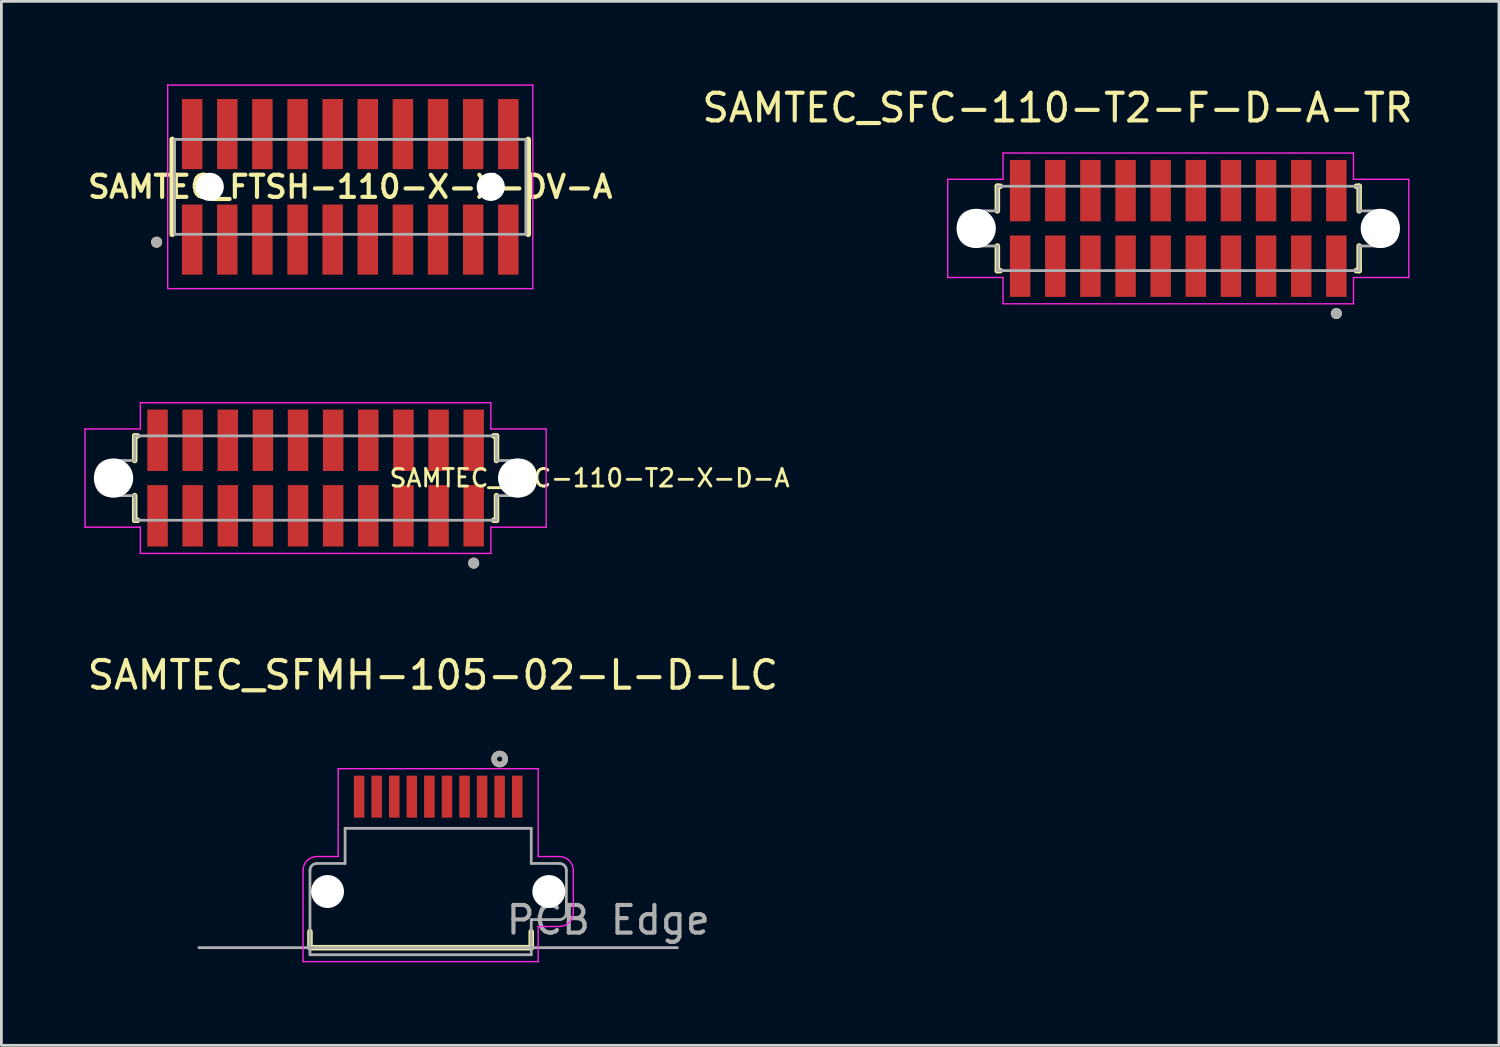
<source format=kicad_pcb>
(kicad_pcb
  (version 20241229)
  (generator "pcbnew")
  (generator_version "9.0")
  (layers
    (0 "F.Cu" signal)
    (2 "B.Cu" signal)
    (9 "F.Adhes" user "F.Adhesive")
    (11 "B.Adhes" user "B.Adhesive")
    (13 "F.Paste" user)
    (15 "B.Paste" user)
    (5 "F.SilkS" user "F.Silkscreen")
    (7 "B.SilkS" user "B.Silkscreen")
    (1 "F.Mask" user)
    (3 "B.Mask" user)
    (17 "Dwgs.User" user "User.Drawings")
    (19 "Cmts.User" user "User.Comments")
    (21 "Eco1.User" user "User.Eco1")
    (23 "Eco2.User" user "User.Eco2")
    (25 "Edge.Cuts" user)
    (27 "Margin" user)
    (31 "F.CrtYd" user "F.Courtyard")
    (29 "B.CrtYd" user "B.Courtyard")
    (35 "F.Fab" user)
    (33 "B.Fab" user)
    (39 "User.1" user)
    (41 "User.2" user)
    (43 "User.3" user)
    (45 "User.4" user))
  (footprint "SAMTEC_SFC-110-T2-F-D-A-TR"
    (layer "F.Cu")
    (at 39.547 5.208)
    (property "Reference" "SAMTEC_SFC-110-T2-F-D-A-TR" (at -4.365 -4.36 0) (layer "F.SilkS") (effects (font (size 1 1) (thickness 0.15))))
    (attr through_hole)
    (fp_line (start -6.54 -1.525) (end -6.54 -0.635) (stroke (width 0.2) (type solid)) (layer "F.SilkS"))
    (fp_line (start -6.54 -1.525) (end -6.435 -1.525) (stroke (width 0.2) (type solid)) (layer "F.SilkS"))
    (fp_line (start -6.54 1.525) (end -6.54 0.635) (stroke (width 0.2) (type solid)) (layer "F.SilkS"))
    (fp_line (start -6.54 1.525) (end -6.435 1.525) (stroke (width 0.2) (type solid)) (layer "F.SilkS"))
    (fp_line (start 6.54 -1.525) (end 6.435 -1.525) (stroke (width 0.2) (type solid)) (layer "F.SilkS"))
    (fp_line (start 6.54 -1.525) (end 6.54 -0.635) (stroke (width 0.2) (type solid)) (layer "F.SilkS"))
    (fp_line (start 6.54 1.525) (end 6.435 1.525) (stroke (width 0.2) (type solid)) (layer "F.SilkS"))
    (fp_line (start 6.54 1.525) (end 6.54 0.635) (stroke (width 0.2) (type solid)) (layer "F.SilkS"))
    (fp_circle (center 5.715 3.075) (end 5.815 3.075) (stroke (width 0.2) (type solid)) (fill no) (layer "F.SilkS"))
    (fp_line (start -8.335 -1.775) (end -6.335 -1.775) (stroke (width 0.05) (type solid)) (layer "F.CrtYd"))
    (fp_line (start -8.335 1.775) (end -8.335 -1.775) (stroke (width 0.05) (type solid)) (layer "F.CrtYd"))
    (fp_line (start -8.335 1.775) (end -6.335 1.775) (stroke (width 0.05) (type solid)) (layer "F.CrtYd"))
    (fp_line (start -6.335 -2.725) (end 6.335 -2.725) (stroke (width 0.05) (type solid)) (layer "F.CrtYd"))
    (fp_line (start -6.335 -1.775) (end -6.335 -2.725) (stroke (width 0.05) (type solid)) (layer "F.CrtYd"))
    (fp_line (start -6.335 1.775) (end -6.335 2.725) (stroke (width 0.05) (type solid)) (layer "F.CrtYd"))
    (fp_line (start -6.335 2.725) (end 6.335 2.725) (stroke (width 0.05) (type solid)) (layer "F.CrtYd"))
    (fp_line (start 6.335 -2.725) (end 6.335 -1.775) (stroke (width 0.05) (type solid)) (layer "F.CrtYd"))
    (fp_line (start 6.335 -1.775) (end 8.335 -1.775) (stroke (width 0.05) (type solid)) (layer "F.CrtYd"))
    (fp_line (start 6.335 1.775) (end 8.335 1.775) (stroke (width 0.05) (type solid)) (layer "F.CrtYd"))
    (fp_line (start 6.335 2.725) (end 6.335 1.775) (stroke (width 0.05) (type solid)) (layer "F.CrtYd"))
    (fp_line (start 8.335 -1.775) (end 8.335 1.775) (stroke (width 0.05) (type solid)) (layer "F.CrtYd"))
    (fp_line (start -7.94 -0.125) (end -7.94 0.125) (stroke (width 0.1) (type solid)) (layer "F.Fab"))
    (fp_line (start -6.54 -1.525) (end -6.54 -0.635) (stroke (width 0.1) (type solid)) (layer "F.Fab"))
    (fp_line (start -6.54 -1.525) (end 6.54 -1.525) (stroke (width 0.1) (type solid)) (layer "F.Fab"))
    (fp_line (start -6.54 -0.635) (end -7.43 -0.635) (stroke (width 0.1) (type solid)) (layer "F.Fab"))
    (fp_line (start -6.54 0.635) (end -7.43 0.635) (stroke (width 0.1) (type solid)) (layer "F.Fab"))
    (fp_line (start -6.54 1.525) (end -6.54 0.635) (stroke (width 0.1) (type solid)) (layer "F.Fab"))
    (fp_line (start 6.54 -1.525) (end 6.54 -0.635) (stroke (width 0.1) (type solid)) (layer "F.Fab"))
    (fp_line (start 6.54 -0.635) (end 7.43 -0.635) (stroke (width 0.1) (type solid)) (layer "F.Fab"))
    (fp_line (start 6.54 0.635) (end 7.43 0.635) (stroke (width 0.1) (type solid)) (layer "F.Fab"))
    (fp_line (start 6.54 1.525) (end -6.54 1.525) (stroke (width 0.1) (type solid)) (layer "F.Fab"))
    (fp_line (start 6.54 1.525) (end 6.54 0.635) (stroke (width 0.1) (type solid)) (layer "F.Fab"))
    (fp_line (start 7.94 -0.125) (end 7.94 0.125) (stroke (width 0.1) (type solid)) (layer "F.Fab"))
    (fp_arc (start -7.94 -0.125) (mid -7.790624 -0.485624) (end -7.43 -0.635) (stroke (width 0.1) (type solid)) (layer "F.Fab"))
    (fp_arc (start -7.43 0.635) (mid -7.790624 0.485624) (end -7.94 0.125) (stroke (width 0.1) (type solid)) (layer "F.Fab"))
    (fp_arc (start 7.43 -0.635) (mid 7.790624 -0.485624) (end 7.94 -0.125) (stroke (width 0.1) (type solid)) (layer "F.Fab"))
    (fp_arc (start 7.94 0.125) (mid 7.790624 0.485624) (end 7.43 0.635) (stroke (width 0.1) (type solid)) (layer "F.Fab"))
    (fp_circle (center 5.715 3.075) (end 5.815 3.075) (stroke (width 0.2) (type solid)) (fill no) (layer "F.Fab"))
    (pad "" np_thru_hole circle (at -7.305 0) (size 1.42 1.42) (drill 1.42) (layers "*.Cu" "*.Mask"))
    (pad "" np_thru_hole circle (at 7.305 0) (size 1.42 1.42) (drill 1.42) (layers "*.Cu" "*.Mask"))
    (pad "1" smd rect (at 5.715 1.365) (size 0.74 2.22) (layers "F.Cu" "F.Mask" "F.Paste"))
    (pad "2" smd rect (at 5.715 -1.365) (size 0.74 2.22) (layers "F.Cu" "F.Mask" "F.Paste"))
    (pad "3" smd rect (at 4.445 1.365) (size 0.74 2.22) (layers "F.Cu" "F.Mask" "F.Paste"))
    (pad "4" smd rect (at 4.445 -1.365) (size 0.74 2.22) (layers "F.Cu" "F.Mask" "F.Paste"))
    (pad "5" smd rect (at 3.175 1.365) (size 0.74 2.22) (layers "F.Cu" "F.Mask" "F.Paste"))
    (pad "6" smd rect (at 3.175 -1.365) (size 0.74 2.22) (layers "F.Cu" "F.Mask" "F.Paste"))
    (pad "7" smd rect (at 1.905 1.365) (size 0.74 2.22) (layers "F.Cu" "F.Mask" "F.Paste"))
    (pad "8" smd rect (at 1.905 -1.365) (size 0.74 2.22) (layers "F.Cu" "F.Mask" "F.Paste"))
    (pad "9" smd rect (at 0.635 1.365) (size 0.74 2.22) (layers "F.Cu" "F.Mask" "F.Paste"))
    (pad "10" smd rect (at 0.635 -1.365) (size 0.74 2.22) (layers "F.Cu" "F.Mask" "F.Paste"))
    (pad "11" smd rect (at -0.635 1.365) (size 0.74 2.22) (layers "F.Cu" "F.Mask" "F.Paste"))
    (pad "12" smd rect (at -0.635 -1.365) (size 0.74 2.22) (layers "F.Cu" "F.Mask" "F.Paste"))
    (pad "13" smd rect (at -1.905 1.365) (size 0.74 2.22) (layers "F.Cu" "F.Mask" "F.Paste"))
    (pad "14" smd rect (at -1.905 -1.365) (size 0.74 2.22) (layers "F.Cu" "F.Mask" "F.Paste"))
    (pad "15" smd rect (at -3.175 1.365) (size 0.74 2.22) (layers "F.Cu" "F.Mask" "F.Paste"))
    (pad "16" smd rect (at -3.175 -1.365) (size 0.74 2.22) (layers "F.Cu" "F.Mask" "F.Paste"))
    (pad "17" smd rect (at -4.445 1.365) (size 0.74 2.22) (layers "F.Cu" "F.Mask" "F.Paste"))
    (pad "18" smd rect (at -4.445 -1.365) (size 0.74 2.22) (layers "F.Cu" "F.Mask" "F.Paste"))
    (pad "19" smd rect (at -5.715 1.365) (size 0.74 2.22) (layers "F.Cu" "F.Mask" "F.Paste"))
    (pad "20" smd rect (at -5.715 -1.365) (size 0.74 2.22) (layers "F.Cu" "F.Mask" "F.Paste")))
  (footprint "SAMTEC_SFMH-105-02-L-D-LC"
    (layer "F.Cu")
    (at 12.791 29.181)
    (property "Reference" "SAMTEC_SFMH-105-02-L-D-LC" (at -0.19 -7.825 0) (layer "F.SilkS") (effects (font (size 1 1) (thickness 0.15))))
    (attr through_hole)
    (fp_line (start -4.635 2.03) (end -4.635 1.45) (stroke (width 0.2) (type solid)) (layer "F.SilkS"))
    (fp_line (start -4.635 2.03) (end 3.365 2.03) (stroke (width 0.2) (type solid)) (layer "F.SilkS"))
    (fp_line (start 3.365 2.03) (end 3.365 1.45) (stroke (width 0.2) (type solid)) (layer "F.SilkS"))
    (fp_circle (center 2.223 -4.79) (end 2.322 -4.79) (stroke (width 0.2) (type solid)) (fill no) (layer "F.SilkS"))
    (fp_line (start -4.885 2.535) (end -4.885 -0.765) (stroke (width 0.05) (type solid)) (layer "F.CrtYd"))
    (fp_line (start -4.385 -1.265) (end -3.615 -1.265) (stroke (width 0.05) (type solid)) (layer "F.CrtYd"))
    (fp_line (start -3.615 -4.44) (end 3.615 -4.44) (stroke (width 0.05) (type solid)) (layer "F.CrtYd"))
    (fp_line (start -3.615 -1.265) (end -3.615 -4.44) (stroke (width 0.05) (type solid)) (layer "F.CrtYd"))
    (fp_line (start 3.615 -4.44) (end 3.615 -1.265) (stroke (width 0.05) (type solid)) (layer "F.CrtYd"))
    (fp_line (start 3.615 -1.265) (end 4.385 -1.265) (stroke (width 0.05) (type solid)) (layer "F.CrtYd"))
    (fp_line (start 3.615 1.265) (end 3.615 2.535) (stroke (width 0.05) (type solid)) (layer "F.CrtYd"))
    (fp_line (start 3.615 2.535) (end -4.885 2.535) (stroke (width 0.05) (type solid)) (layer "F.CrtYd"))
    (fp_line (start 4.385 1.265) (end 3.615 1.265) (stroke (width 0.05) (type solid)) (layer "F.CrtYd"))
    (fp_line (start 4.885 -0.765) (end 4.885 0.765) (stroke (width 0.05) (type solid)) (layer "F.CrtYd"))
    (fp_arc (start -4.885 -0.765) (mid -4.738553 -1.118553) (end -4.385 -1.265) (stroke (width 0.05) (type solid)) (layer "F.CrtYd"))
    (fp_arc (start 4.385 -1.265) (mid 4.738553 -1.118553) (end 4.885 -0.765) (stroke (width 0.05) (type solid)) (layer "F.CrtYd"))
    (fp_arc (start 4.885 0.765) (mid 4.738553 1.118553) (end 4.385 1.265) (stroke (width 0.05) (type solid)) (layer "F.CrtYd"))
    (fp_line (start -8.65 2.03) (end 8.65 2.03) (stroke (width 0.1) (type solid)) (layer "F.Fab"))
    (fp_line (start -4.635 2.285) (end -4.635 -0.765) (stroke (width 0.1) (type solid)) (layer "F.Fab"))
    (fp_line (start -4.385 -1.015) (end -3.365 -1.015) (stroke (width 0.1) (type solid)) (layer "F.Fab"))
    (fp_line (start -3.365 -2.285) (end 3.365 -2.285) (stroke (width 0.1) (type solid)) (layer "F.Fab"))
    (fp_line (start -3.365 -1.015) (end -3.365 -2.285) (stroke (width 0.1) (type solid)) (layer "F.Fab"))
    (fp_line (start 3.365 -2.285) (end 3.365 -1.015) (stroke (width 0.1) (type solid)) (layer "F.Fab"))
    (fp_line (start 3.365 -1.015) (end 4.385 -1.015) (stroke (width 0.1) (type solid)) (layer "F.Fab"))
    (fp_line (start 3.365 1.015) (end 3.365 2.285) (stroke (width 0.1) (type solid)) (layer "F.Fab"))
    (fp_line (start 3.365 2.285) (end -4.635 2.285) (stroke (width 0.1) (type solid)) (layer "F.Fab"))
    (fp_line (start 4.385 1.015) (end 3.365 1.015) (stroke (width 0.1) (type solid)) (layer "F.Fab"))
    (fp_line (start 4.635 -0.765) (end 4.635 0.765) (stroke (width 0.1) (type solid)) (layer "F.Fab"))
    (fp_arc (start -4.635 -0.765) (mid -4.561777 -0.941777) (end -4.385 -1.015) (stroke (width 0.1) (type solid)) (layer "F.Fab"))
    (fp_arc (start 4.385 -1.015) (mid 4.561777 -0.941777) (end 4.635 -0.765) (stroke (width 0.1) (type solid)) (layer "F.Fab"))
    (fp_arc (start 4.635 0.765) (mid 4.561777 0.941777) (end 4.385 1.015) (stroke (width 0.1) (type solid)) (layer "F.Fab"))
    (fp_circle (center 2.223 -4.79) (end 2.322 -4.79) (stroke (width 0.2) (type solid)) (fill no) (layer "F.Fab"))
    (fp_text user "PCB Edge" (at 6.15 1.03 0) (layer "F.Fab") (effects (font (size 1 1) (thickness 0.15))))
    (pad "" np_thru_hole circle (at -4 0) (size 1.19 1.19) (drill 1.19) (layers "*.Cu" "*.Mask"))
    (pad "" np_thru_hole circle (at 4 0) (size 1.19 1.19) (drill 1.19) (layers "*.Cu" "*.Mask"))
    (pad "1" smd rect (at 2.223 -3.43) (size 0.38 1.52) (layers "F.Cu" "F.Mask" "F.Paste"))
    (pad "2" smd rect (at 2.857 -3.43) (size 0.38 1.52) (layers "F.Cu" "F.Mask" "F.Paste"))
    (pad "3" smd rect (at 0.953 -3.43) (size 0.38 1.52) (layers "F.Cu" "F.Mask" "F.Paste"))
    (pad "4" smd rect (at 1.587 -3.43) (size 0.38 1.52) (layers "F.Cu" "F.Mask" "F.Paste"))
    (pad "5" smd rect (at -0.318 -3.43) (size 0.38 1.52) (layers "F.Cu" "F.Mask" "F.Paste"))
    (pad "6" smd rect (at 0.318 -3.43) (size 0.38 1.52) (layers "F.Cu" "F.Mask" "F.Paste"))
    (pad "7" smd rect (at -1.587 -3.43) (size 0.38 1.52) (layers "F.Cu" "F.Mask" "F.Paste"))
    (pad "8" smd rect (at -0.953 -3.43) (size 0.38 1.52) (layers "F.Cu" "F.Mask" "F.Paste"))
    (pad "9" smd rect (at -2.857 -3.43) (size 0.38 1.52) (layers "F.Cu" "F.Mask" "F.Paste"))
    (pad "10" smd rect (at -2.223 -3.43) (size 0.38 1.52) (layers "F.Cu" "F.Mask" "F.Paste")))
  (footprint "SAMTEC_FTSH-110-X-X-DV-A"
    (layer "F.Cu")
    (at 9.612 3.705)
    (property "Reference" "SAMTEC_FTSH-110-X-X-DV-A" (at 0 0 180) (layer "F.SilkS") (effects (font (size 0.8 0.8) (thickness 0.15))))
    (attr through_hole)
    (fp_line (start -6.435 -1.715) (end -6.435 1.715) (stroke (width 0.2) (type solid)) (layer "F.SilkS"))
    (fp_line (start 6.435 -1.715) (end 6.435 1.715) (stroke (width 0.2) (type solid)) (layer "F.SilkS"))
    (fp_circle (center -7 2) (end -6.9 2) (stroke (width 0.2) (type solid)) (fill no) (layer "F.SilkS"))
    (fp_line (start -6.6 -3.68) (end 6.6 -3.68) (stroke (width 0.05) (type solid)) (layer "F.CrtYd"))
    (fp_line (start -6.6 3.68) (end -6.6 -3.68) (stroke (width 0.05) (type solid)) (layer "F.CrtYd"))
    (fp_line (start 6.6 -3.68) (end 6.6 3.68) (stroke (width 0.05) (type solid)) (layer "F.CrtYd"))
    (fp_line (start 6.6 3.68) (end -6.6 3.68) (stroke (width 0.05) (type solid)) (layer "F.CrtYd"))
    (fp_line (start -6.35 -1.715) (end 6.35 -1.715) (stroke (width 0.1) (type solid)) (layer "F.Fab"))
    (fp_line (start -6.35 1.715) (end -6.35 -1.715) (stroke (width 0.1) (type solid)) (layer "F.Fab"))
    (fp_line (start 6.35 -1.715) (end 6.35 1.715) (stroke (width 0.1) (type solid)) (layer "F.Fab"))
    (fp_line (start 6.35 1.715) (end -6.35 1.715) (stroke (width 0.1) (type solid)) (layer "F.Fab"))
    (fp_circle (center -7 2) (end -6.9 2) (stroke (width 0.2) (type solid)) (fill no) (layer "F.Fab"))
    (pad "" np_thru_hole circle (at -5.08 0) (size 1.02 1.02) (drill 1.02) (layers "*.Cu" "*.Mask"))
    (pad "" np_thru_hole circle (at 5.08 0) (size 1.02 1.02) (drill 1.02) (layers "*.Cu" "*.Mask"))
    (pad "1" smd rect (at -5.715 1.907) (size 0.74 2.535) (layers "F.Cu" "F.Mask" "F.Paste"))
    (pad "2" smd rect (at -5.715 -1.907) (size 0.74 2.535) (layers "F.Cu" "F.Mask" "F.Paste"))
    (pad "3" smd rect (at -4.445 1.907) (size 0.74 2.535) (layers "F.Cu" "F.Mask" "F.Paste"))
    (pad "4" smd rect (at -4.445 -1.907) (size 0.74 2.535) (layers "F.Cu" "F.Mask" "F.Paste"))
    (pad "5" smd rect (at -3.175 1.907) (size 0.74 2.535) (layers "F.Cu" "F.Mask" "F.Paste"))
    (pad "6" smd rect (at -3.175 -1.907) (size 0.74 2.535) (layers "F.Cu" "F.Mask" "F.Paste"))
    (pad "7" smd rect (at -1.905 1.907) (size 0.74 2.535) (layers "F.Cu" "F.Mask" "F.Paste"))
    (pad "8" smd rect (at -1.905 -1.907) (size 0.74 2.535) (layers "F.Cu" "F.Mask" "F.Paste"))
    (pad "9" smd rect (at -0.635 1.907) (size 0.74 2.535) (layers "F.Cu" "F.Mask" "F.Paste"))
    (pad "10" smd rect (at -0.635 -1.907) (size 0.74 2.535) (layers "F.Cu" "F.Mask" "F.Paste"))
    (pad "11" smd rect (at 0.635 1.907) (size 0.74 2.535) (layers "F.Cu" "F.Mask" "F.Paste"))
    (pad "12" smd rect (at 0.635 -1.907) (size 0.74 2.535) (layers "F.Cu" "F.Mask" "F.Paste"))
    (pad "13" smd rect (at 1.905 1.907) (size 0.74 2.535) (layers "F.Cu" "F.Mask" "F.Paste"))
    (pad "14" smd rect (at 1.905 -1.907) (size 0.74 2.535) (layers "F.Cu" "F.Mask" "F.Paste"))
    (pad "15" smd rect (at 3.175 1.907) (size 0.74 2.535) (layers "F.Cu" "F.Mask" "F.Paste"))
    (pad "16" smd rect (at 3.175 -1.907) (size 0.74 2.535) (layers "F.Cu" "F.Mask" "F.Paste"))
    (pad "17" smd rect (at 4.445 1.907) (size 0.74 2.535) (layers "F.Cu" "F.Mask" "F.Paste"))
    (pad "18" smd rect (at 4.445 -1.907) (size 0.74 2.535) (layers "F.Cu" "F.Mask" "F.Paste"))
    (pad "19" smd rect (at 5.715 1.907) (size 0.74 2.535) (layers "F.Cu" "F.Mask" "F.Paste"))
    (pad "20" smd rect (at 5.715 -1.907) (size 0.74 2.535) (layers "F.Cu" "F.Mask" "F.Paste")))
  (footprint "SAMTEC_SFC-110-T2-X-D-A"
    (layer "F.Cu")
    (at 8.36 14.233)
    (property "Reference" "SAMTEC_SFC-110-T2-X-D-A" (at 9.906 0 0) (layer "F.SilkS") (effects (font (size 0.635 0.635) (thickness 0.102))))
    (attr through_hole)
    (fp_line (start -6.54 -1.525) (end -6.54 -0.635) (stroke (width 0.2) (type solid)) (layer "F.SilkS"))
    (fp_line (start -6.54 -1.525) (end -6.435 -1.525) (stroke (width 0.2) (type solid)) (layer "F.SilkS"))
    (fp_line (start -6.54 1.525) (end -6.54 0.635) (stroke (width 0.2) (type solid)) (layer "F.SilkS"))
    (fp_line (start -6.54 1.525) (end -6.435 1.525) (stroke (width 0.2) (type solid)) (layer "F.SilkS"))
    (fp_line (start 6.54 -1.525) (end 6.435 -1.525) (stroke (width 0.2) (type solid)) (layer "F.SilkS"))
    (fp_line (start 6.54 -1.525) (end 6.54 -0.635) (stroke (width 0.2) (type solid)) (layer "F.SilkS"))
    (fp_line (start 6.54 1.525) (end 6.435 1.525) (stroke (width 0.2) (type solid)) (layer "F.SilkS"))
    (fp_line (start 6.54 1.525) (end 6.54 0.635) (stroke (width 0.2) (type solid)) (layer "F.SilkS"))
    (fp_circle (center 5.715 3.075) (end 5.815 3.075) (stroke (width 0.2) (type solid)) (fill no) (layer "F.SilkS"))
    (fp_line (start -8.335 -1.775) (end -6.335 -1.775) (stroke (width 0.05) (type solid)) (layer "F.CrtYd"))
    (fp_line (start -8.335 1.775) (end -8.335 -1.775) (stroke (width 0.05) (type solid)) (layer "F.CrtYd"))
    (fp_line (start -8.335 1.775) (end -6.335 1.775) (stroke (width 0.05) (type solid)) (layer "F.CrtYd"))
    (fp_line (start -6.335 -2.725) (end 6.335 -2.725) (stroke (width 0.05) (type solid)) (layer "F.CrtYd"))
    (fp_line (start -6.335 -1.775) (end -6.335 -2.725) (stroke (width 0.05) (type solid)) (layer "F.CrtYd"))
    (fp_line (start -6.335 1.775) (end -6.335 2.725) (stroke (width 0.05) (type solid)) (layer "F.CrtYd"))
    (fp_line (start -6.335 2.725) (end 6.335 2.725) (stroke (width 0.05) (type solid)) (layer "F.CrtYd"))
    (fp_line (start 6.335 -2.725) (end 6.335 -1.775) (stroke (width 0.05) (type solid)) (layer "F.CrtYd"))
    (fp_line (start 6.335 -1.775) (end 8.335 -1.775) (stroke (width 0.05) (type solid)) (layer "F.CrtYd"))
    (fp_line (start 6.335 1.775) (end 8.335 1.775) (stroke (width 0.05) (type solid)) (layer "F.CrtYd"))
    (fp_line (start 6.335 2.725) (end 6.335 1.775) (stroke (width 0.05) (type solid)) (layer "F.CrtYd"))
    (fp_line (start 8.335 -1.775) (end 8.335 1.775) (stroke (width 0.05) (type solid)) (layer "F.CrtYd"))
    (fp_line (start -7.94 -0.125) (end -7.94 0.125) (stroke (width 0.1) (type solid)) (layer "F.Fab"))
    (fp_line (start -6.54 -1.525) (end -6.54 -0.635) (stroke (width 0.1) (type solid)) (layer "F.Fab"))
    (fp_line (start -6.54 -1.525) (end 6.54 -1.525) (stroke (width 0.1) (type solid)) (layer "F.Fab"))
    (fp_line (start -6.54 -0.635) (end -7.43 -0.635) (stroke (width 0.1) (type solid)) (layer "F.Fab"))
    (fp_line (start -6.54 0.635) (end -7.43 0.635) (stroke (width 0.1) (type solid)) (layer "F.Fab"))
    (fp_line (start -6.54 1.525) (end -6.54 0.635) (stroke (width 0.1) (type solid)) (layer "F.Fab"))
    (fp_line (start 6.54 -1.525) (end 6.54 -0.635) (stroke (width 0.1) (type solid)) (layer "F.Fab"))
    (fp_line (start 6.54 -0.635) (end 7.43 -0.635) (stroke (width 0.1) (type solid)) (layer "F.Fab"))
    (fp_line (start 6.54 0.635) (end 7.43 0.635) (stroke (width 0.1) (type solid)) (layer "F.Fab"))
    (fp_line (start 6.54 1.525) (end -6.54 1.525) (stroke (width 0.1) (type solid)) (layer "F.Fab"))
    (fp_line (start 6.54 1.525) (end 6.54 0.635) (stroke (width 0.1) (type solid)) (layer "F.Fab"))
    (fp_line (start 7.94 -0.125) (end 7.94 0.125) (stroke (width 0.1) (type solid)) (layer "F.Fab"))
    (fp_arc (start -7.94 -0.125) (mid -7.790624 -0.485624) (end -7.43 -0.635) (stroke (width 0.1) (type solid)) (layer "F.Fab"))
    (fp_arc (start -7.43 0.635) (mid -7.790624 0.485624) (end -7.94 0.125) (stroke (width 0.1) (type solid)) (layer "F.Fab"))
    (fp_arc (start 7.43 -0.635) (mid 7.790624 -0.485624) (end 7.94 -0.125) (stroke (width 0.1) (type solid)) (layer "F.Fab"))
    (fp_arc (start 7.94 0.125) (mid 7.790624 0.485624) (end 7.43 0.635) (stroke (width 0.1) (type solid)) (layer "F.Fab"))
    (fp_circle (center 5.715 3.075) (end 5.815 3.075) (stroke (width 0.2) (type solid)) (fill no) (layer "F.Fab"))
    (pad "" np_thru_hole circle (at -7.305 0) (size 1.42 1.42) (drill 1.42) (layers "*.Cu" "*.Mask"))
    (pad "" np_thru_hole circle (at 7.305 0) (size 1.42 1.42) (drill 1.42) (layers "*.Cu" "*.Mask"))
    (pad "1" smd rect (at 5.715 1.365) (size 0.74 2.22) (layers "F.Cu" "F.Mask" "F.Paste"))
    (pad "2" smd rect (at 5.715 -1.365) (size 0.74 2.22) (layers "F.Cu" "F.Mask" "F.Paste"))
    (pad "3" smd rect (at 4.445 1.365) (size 0.74 2.22) (layers "F.Cu" "F.Mask" "F.Paste"))
    (pad "4" smd rect (at 4.445 -1.365) (size 0.74 2.22) (layers "F.Cu" "F.Mask" "F.Paste"))
    (pad "5" smd rect (at 3.175 1.365) (size 0.74 2.22) (layers "F.Cu" "F.Mask" "F.Paste"))
    (pad "6" smd rect (at 3.175 -1.365) (size 0.74 2.22) (layers "F.Cu" "F.Mask" "F.Paste"))
    (pad "7" smd rect (at 1.905 1.365) (size 0.74 2.22) (layers "F.Cu" "F.Mask" "F.Paste"))
    (pad "8" smd rect (at 1.905 -1.365) (size 0.74 2.22) (layers "F.Cu" "F.Mask" "F.Paste"))
    (pad "9" smd rect (at 0.635 1.365) (size 0.74 2.22) (layers "F.Cu" "F.Mask" "F.Paste"))
    (pad "10" smd rect (at 0.635 -1.365) (size 0.74 2.22) (layers "F.Cu" "F.Mask" "F.Paste"))
    (pad "11" smd rect (at -0.635 1.365) (size 0.74 2.22) (layers "F.Cu" "F.Mask" "F.Paste"))
    (pad "12" smd rect (at -0.635 -1.365) (size 0.74 2.22) (layers "F.Cu" "F.Mask" "F.Paste"))
    (pad "13" smd rect (at -1.905 1.365) (size 0.74 2.22) (layers "F.Cu" "F.Mask" "F.Paste"))
    (pad "14" smd rect (at -1.905 -1.365) (size 0.74 2.22) (layers "F.Cu" "F.Mask" "F.Paste"))
    (pad "15" smd rect (at -3.175 1.365) (size 0.74 2.22) (layers "F.Cu" "F.Mask" "F.Paste"))
    (pad "16" smd rect (at -3.175 -1.365) (size 0.74 2.22) (layers "F.Cu" "F.Mask" "F.Paste"))
    (pad "17" smd rect (at -4.445 1.365) (size 0.74 2.22) (layers "F.Cu" "F.Mask" "F.Paste"))
    (pad "18" smd rect (at -4.445 -1.365) (size 0.74 2.22) (layers "F.Cu" "F.Mask" "F.Paste"))
    (pad "19" smd rect (at -5.715 1.365) (size 0.74 2.22) (layers "F.Cu" "F.Mask" "F.Paste"))
    (pad "20" smd rect (at -5.715 -1.365) (size 0.74 2.22) (layers "F.Cu" "F.Mask" "F.Paste")))
  (gr_rect
    (start -3 -3)
    (end 51.14 34.742)
    (stroke (width 0.1) (type default))
    (fill no)
    (layer "Edge.Cuts")))
</source>
